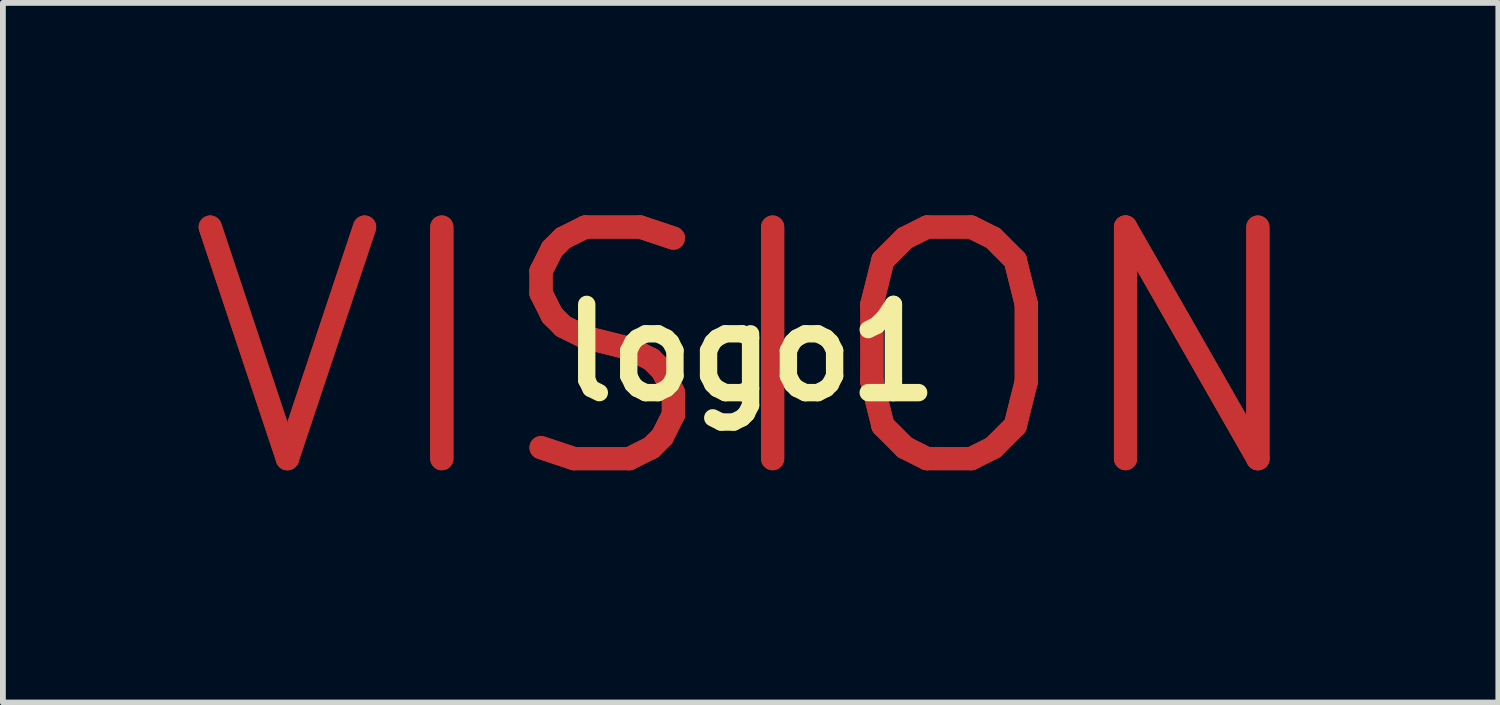
<source format=kicad_pcb>
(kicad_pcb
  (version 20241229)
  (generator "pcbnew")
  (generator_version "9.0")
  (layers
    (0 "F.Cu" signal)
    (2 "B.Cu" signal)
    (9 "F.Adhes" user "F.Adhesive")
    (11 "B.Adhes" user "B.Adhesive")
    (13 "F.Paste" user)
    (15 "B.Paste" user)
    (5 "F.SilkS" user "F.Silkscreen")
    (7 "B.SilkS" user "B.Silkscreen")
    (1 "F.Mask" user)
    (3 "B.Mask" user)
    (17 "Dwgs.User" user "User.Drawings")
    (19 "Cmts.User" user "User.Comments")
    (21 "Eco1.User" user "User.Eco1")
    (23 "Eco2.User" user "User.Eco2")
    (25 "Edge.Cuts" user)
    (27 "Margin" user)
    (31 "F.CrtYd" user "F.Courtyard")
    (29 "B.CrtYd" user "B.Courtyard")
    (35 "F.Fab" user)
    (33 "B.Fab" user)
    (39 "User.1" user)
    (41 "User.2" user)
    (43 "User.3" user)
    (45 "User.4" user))
  (footprint "logo1"
    (layer "F.Cu")
    (at 9.914 3.042)
    (property "Reference" "logo1" (at 0 0 0) (layer "F.SilkS") (effects (font (size 1.524 1.524) (thickness 0.3))))
    (attr through_hole)
    (fp_text user "VISION" (at 0 0 0) (layer "F.Cu") (effects (font (size 4 4) (thickness 0.4))))
    (fp_text user "VISION" (at 0 0 0) (layer "F.Cu") (effects (font (size 4 4) (thickness 0.4)))))
  (gr_rect
    (start -3 -3)
    (end 22.829 9.084)
    (stroke (width 0.1) (type default))
    (fill no)
    (layer "Edge.Cuts")))
</source>
